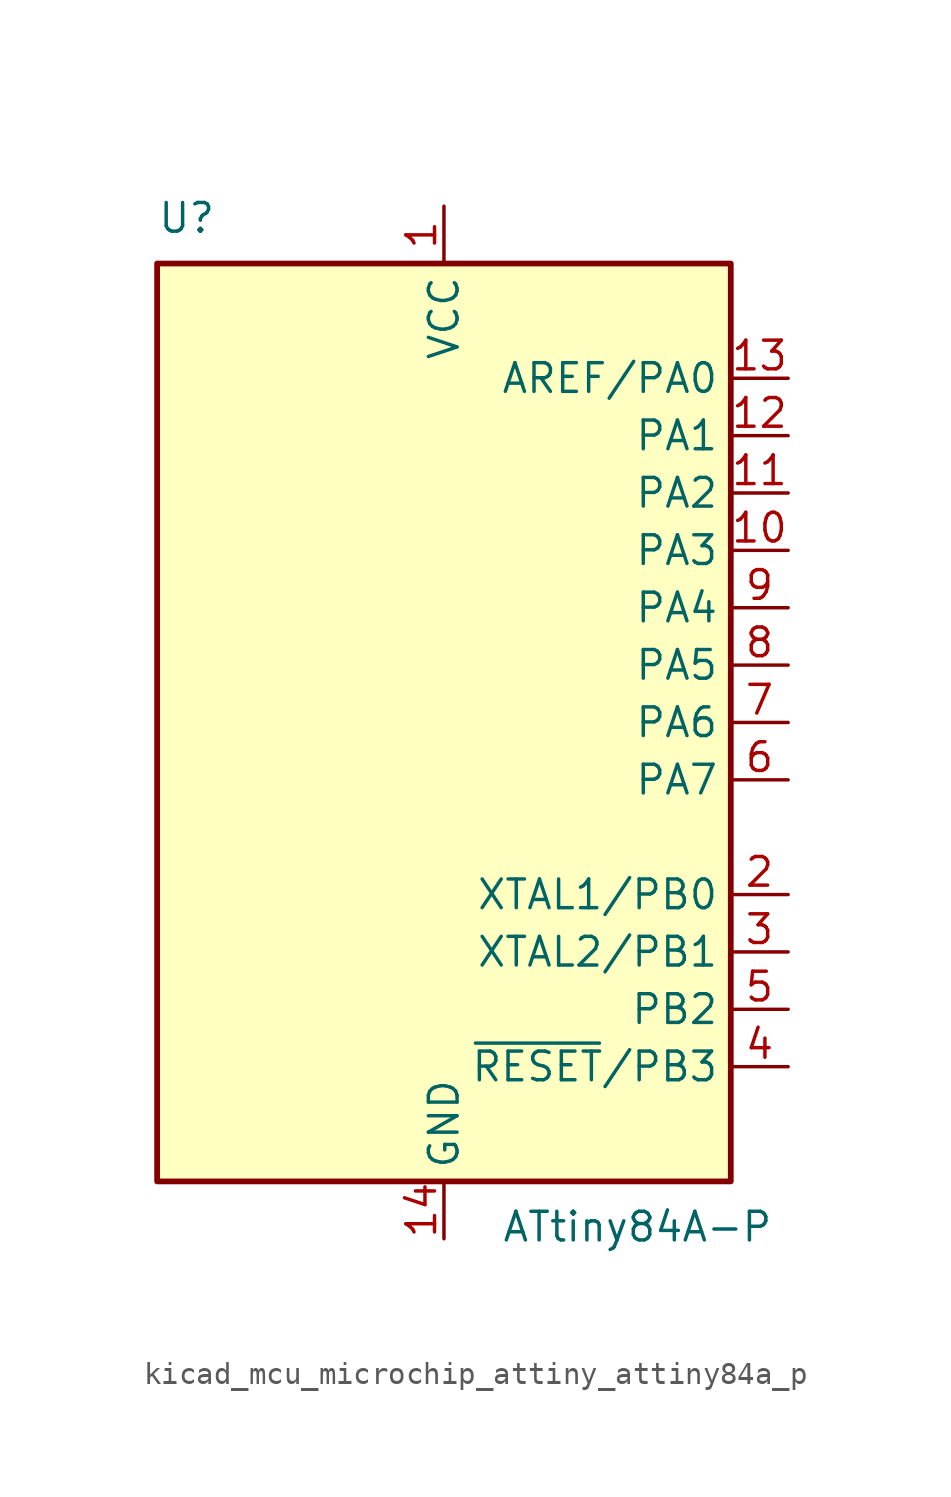
<source format=kicad_sym>
(kicad_symbol_lib
  (version 20220914)
  (generator kicad_symbol_editor)
  (symbol "kicad_mcu_microchip_attiny_attiny84a_p"
    (property "Reference" "U"
      (at -12.7 21.59 0)
      (effects (font (size 1.27 1.27)) (justify left bottom)))
    (property "Value" "ATtiny84A-P"
      (at 2.54 -21.59 0)
      (effects (font (size 1.27 1.27)) (justify left top)))
    (symbol "kicad_mcu_microchip_attiny_attiny84a_p_0_1"
      (rectangle (start -12.7 -20.32) (end 12.7 20.32) (stroke (width 0.254) (type default)) (fill (type background))))
    (symbol "kicad_mcu_microchip_attiny_attiny84a_p_1_1"
      (pin power_in line (at 0 22.86 270) (length 2.54) (name "VCC" (effects (font (size 1.27 1.27)))) (number "1" (effects (font (size 1.27 1.27)))))
      (pin bidirectional line (at 15.24 7.62 180) (length 2.54) (name "PA3" (effects (font (size 1.27 1.27)))) (number "10" (effects (font (size 1.27 1.27)))))
      (pin bidirectional line (at 15.24 10.16 180) (length 2.54) (name "PA2" (effects (font (size 1.27 1.27)))) (number "11" (effects (font (size 1.27 1.27)))))
      (pin bidirectional line (at 15.24 12.7 180) (length 2.54) (name "PA1" (effects (font (size 1.27 1.27)))) (number "12" (effects (font (size 1.27 1.27)))))
      (pin bidirectional line (at 15.24 15.24 180) (length 2.54) (name "AREF/PA0" (effects (font (size 1.27 1.27)))) (number "13" (effects (font (size 1.27 1.27)))))
      (pin power_in line (at 0 -22.86 90) (length 2.54) (name "GND" (effects (font (size 1.27 1.27)))) (number "14" (effects (font (size 1.27 1.27)))))
      (pin bidirectional line (at 15.24 -7.62 180) (length 2.54) (name "XTAL1/PB0" (effects (font (size 1.27 1.27)))) (number "2" (effects (font (size 1.27 1.27)))))
      (pin bidirectional line (at 15.24 -10.16 180) (length 2.54) (name "XTAL2/PB1" (effects (font (size 1.27 1.27)))) (number "3" (effects (font (size 1.27 1.27)))))
      (pin bidirectional line (at 15.24 -15.24 180) (length 2.54) (name "~{RESET}/PB3" (effects (font (size 1.27 1.27)))) (number "4" (effects (font (size 1.27 1.27)))))
      (pin bidirectional line (at 15.24 -12.7 180) (length 2.54) (name "PB2" (effects (font (size 1.27 1.27)))) (number "5" (effects (font (size 1.27 1.27)))))
      (pin bidirectional line (at 15.24 -2.54 180) (length 2.54) (name "PA7" (effects (font (size 1.27 1.27)))) (number "6" (effects (font (size 1.27 1.27)))))
      (pin bidirectional line (at 15.24 0 180) (length 2.54) (name "PA6" (effects (font (size 1.27 1.27)))) (number "7" (effects (font (size 1.27 1.27)))))
      (pin bidirectional line (at 15.24 2.54 180) (length 2.54) (name "PA5" (effects (font (size 1.27 1.27)))) (number "8" (effects (font (size 1.27 1.27)))))
      (pin bidirectional line (at 15.24 5.08 180) (length 2.54) (name "PA4" (effects (font (size 1.27 1.27)))) (number "9" (effects (font (size 1.27 1.27))))))))
</source>
